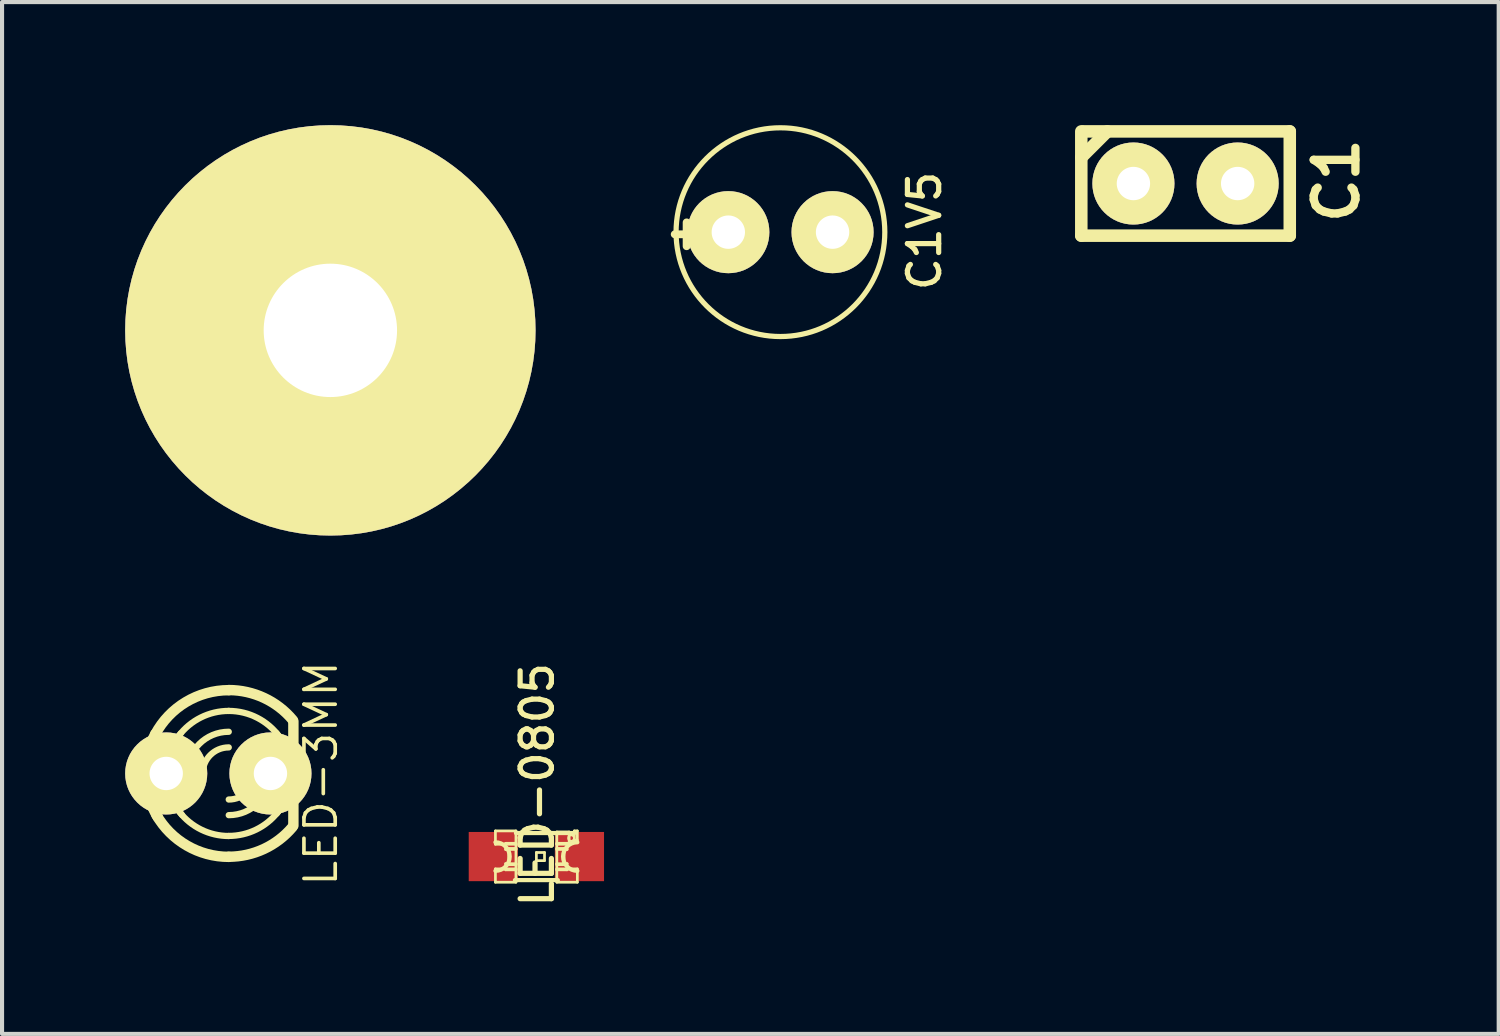
<source format=kicad_pcb>
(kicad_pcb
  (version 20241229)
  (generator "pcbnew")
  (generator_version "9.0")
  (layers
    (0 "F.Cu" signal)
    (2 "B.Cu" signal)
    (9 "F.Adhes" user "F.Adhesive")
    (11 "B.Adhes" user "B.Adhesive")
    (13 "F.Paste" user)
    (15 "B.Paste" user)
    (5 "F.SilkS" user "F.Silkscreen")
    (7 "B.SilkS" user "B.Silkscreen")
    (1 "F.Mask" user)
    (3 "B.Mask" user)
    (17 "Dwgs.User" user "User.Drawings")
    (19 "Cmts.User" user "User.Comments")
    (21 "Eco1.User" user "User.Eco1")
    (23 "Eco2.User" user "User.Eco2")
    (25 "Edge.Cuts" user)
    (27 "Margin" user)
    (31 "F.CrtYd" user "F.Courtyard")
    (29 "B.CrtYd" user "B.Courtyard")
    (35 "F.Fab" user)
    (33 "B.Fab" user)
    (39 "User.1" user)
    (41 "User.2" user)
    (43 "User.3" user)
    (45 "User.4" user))
  (footprint "LED-3MM"
    (layer "F.Cu")
    (at 2.27 15.797)
    (property "Reference" "LED-3MM" (at 2.5 0 90) (layer "F.SilkS") (effects (font (size 0.762 0.762) (thickness 0.089))))
    (attr through_hole)
    (fp_line (start 1.829 1.27) (end 1.829 -1.27) (stroke (width 0.254) (type solid)) (layer "F.SilkS"))
    (fp_arc (start -1.778 0) (mid -1.716347 -0.496745) (end -1.53513 -0.963347) (stroke (width 0.254) (type solid)) (layer "F.SilkS"))
    (fp_arc (start -1.5367 -0.95504) (mid -0.790567 -1.739997) (end 0.253025 -2.02946) (stroke (width 0.254) (type solid)) (layer "F.SilkS"))
    (fp_arc (start -1.47574 1.06426) (mid -1.700164 0.553076) (end -1.776923 0.0001) (stroke (width 0.254) (type solid)) (layer "F.SilkS"))
    (fp_arc (start -1.27 0) (mid -1.178999 -0.518738) (end -0.916864 -0.975527) (stroke (width 0.1524) (type solid)) (layer "F.SilkS"))
    (fp_arc (start -0.9652 -0.9144) (mid -0.427912 -1.362928) (end 0.253199 -1.524) (stroke (width 0.1524) (type solid)) (layer "F.SilkS"))
    (fp_arc (start -0.88392 1.01092) (mid -1.168742 0.540951) (end -1.268111 0.000469) (stroke (width 0.1524) (type solid)) (layer "F.SilkS"))
    (fp_arc (start -0.762 0) (mid -0.46442 -0.71842) (end 0.254 -1.016) (stroke (width 0.1524) (type solid)) (layer "F.SilkS"))
    (fp_arc (start -0.381 0) (mid -0.195013 -0.449013) (end 0.254 -0.635) (stroke (width 0.1524) (type solid)) (layer "F.SilkS"))
    (fp_arc (start 0.254 -2.032) (mid 1.114367 -1.840867) (end 1.81288 -1.303426) (stroke (width 0.254) (type solid)) (layer "F.SilkS"))
    (fp_arc (start 0.254 -1.524) (mid 0.950618 -1.35547) (end 1.493166 -0.887155) (stroke (width 0.1524) (type solid)) (layer "F.SilkS"))
    (fp_arc (start 0.254 1.524) (mid -0.415273 1.369179) (end -0.948564 0.936171) (stroke (width 0.1524) (type solid)) (layer "F.SilkS"))
    (fp_arc (start 0.254 2.032) (mid -0.76507 1.757988) (end -1.509299 1.009851) (stroke (width 0.254) (type solid)) (layer "F.SilkS"))
    (fp_arc (start 0.889 0) (mid 0.703013 0.449013) (end 0.254 0.635) (stroke (width 0.1524) (type solid)) (layer "F.SilkS"))
    (fp_arc (start 1.27 0) (mid 0.97242 0.71842) (end 0.254 1.016) (stroke (width 0.1524) (type solid)) (layer "F.SilkS"))
    (fp_arc (start 1.4097 -0.9906) (mid 1.681593 -0.528119) (end 1.776147 -0.000034) (stroke (width 0.1524) (type solid)) (layer "F.SilkS"))
    (fp_arc (start 1.45542 0.93472) (mid 0.922882 1.367373) (end 0.254442 1.522206) (stroke (width 0.1524) (type solid)) (layer "F.SilkS"))
    (fp_arc (start 1.778 0) (mid 1.686999 0.518738) (end 1.424864 0.975527) (stroke (width 0.1524) (type solid)) (layer "F.SilkS"))
    (fp_arc (start 1.8034 1.31064) (mid 1.109154 1.840416) (end 0.256552 2.029387) (stroke (width 0.254) (type solid)) (layer "F.SilkS"))
    (pad "1" thru_hole circle (at 1.27 0) (size 2 2) (drill 0.813) (layers "*.Cu" "*.Mask" "F.SilkS"))
    (pad "2" thru_hole circle (at -1.27 0) (size 2 2) (drill 0.813) (layers "*.Cu" "*.Mask" "F.SilkS")))
  (footprint "1pin"
    (layer "F.Cu")
    (at 5 5)
    (property "Reference" "1pin" (at 0 -3.048 0) (layer "F.SilkS") (effects (font (size 1.016 1.016) (thickness 0.254))))
    (attr through_hole)
    (fp_circle (center 0 0) (end 0 -2.286) (stroke (width 0.381) (type solid)) (fill no) (layer "F.SilkS"))
    (pad "1" thru_hole circle (at 0 0) (size 10 10) (drill 3.25) (layers "*.Cu" "*.Mask" "F.SilkS")))
  (footprint "LED-0805"
    (layer "F.Cu")
    (at 10.02 17.822)
    (property "Reference" "LED-0805" (at 0.02 -1.75 270) (layer "F.SilkS") (effects (font (size 0.762 0.762) (thickness 0.127))))
    (attr smd)
    (fp_line (start -0.998 -0.625) (end -0.998 -0.3) (stroke (width 0.066) (type solid)) (layer "F.SilkS"))
    (fp_line (start -0.998 -0.625) (end -0.498 -0.625) (stroke (width 0.066) (type solid)) (layer "F.SilkS"))
    (fp_line (start -0.998 -0.3) (end -0.498 -0.3) (stroke (width 0.066) (type solid)) (layer "F.SilkS"))
    (fp_line (start -0.998 0.3) (end -0.998 0.625) (stroke (width 0.066) (type solid)) (layer "F.SilkS"))
    (fp_line (start -0.998 0.3) (end -0.498 0.3) (stroke (width 0.066) (type solid)) (layer "F.SilkS"))
    (fp_line (start -0.998 0.625) (end -0.498 0.625) (stroke (width 0.066) (type solid)) (layer "F.SilkS"))
    (fp_line (start -0.749 -0.323) (end -0.749 -0.173) (stroke (width 0.066) (type solid)) (layer "F.SilkS"))
    (fp_line (start -0.749 -0.323) (end -0.498 -0.323) (stroke (width 0.066) (type solid)) (layer "F.SilkS"))
    (fp_line (start -0.749 -0.173) (end -0.498 -0.173) (stroke (width 0.066) (type solid)) (layer "F.SilkS"))
    (fp_line (start -0.749 0.173) (end -0.749 0.323) (stroke (width 0.066) (type solid)) (layer "F.SilkS"))
    (fp_line (start -0.749 0.173) (end -0.498 0.173) (stroke (width 0.066) (type solid)) (layer "F.SilkS"))
    (fp_line (start -0.749 0.323) (end -0.498 0.323) (stroke (width 0.066) (type solid)) (layer "F.SilkS"))
    (fp_line (start -0.673 -0.198) (end -0.673 0.198) (stroke (width 0.066) (type solid)) (layer "F.SilkS"))
    (fp_line (start -0.673 -0.198) (end -0.498 -0.198) (stroke (width 0.066) (type solid)) (layer "F.SilkS"))
    (fp_line (start -0.673 0.198) (end -0.498 0.198) (stroke (width 0.066) (type solid)) (layer "F.SilkS"))
    (fp_line (start -0.498 -0.625) (end -0.498 -0.3) (stroke (width 0.066) (type solid)) (layer "F.SilkS"))
    (fp_line (start -0.498 -0.574) (end 0.925 -0.574) (stroke (width 0.102) (type solid)) (layer "F.SilkS"))
    (fp_line (start -0.498 -0.323) (end -0.498 -0.173) (stroke (width 0.066) (type solid)) (layer "F.SilkS"))
    (fp_line (start -0.498 -0.198) (end -0.498 0.198) (stroke (width 0.066) (type solid)) (layer "F.SilkS"))
    (fp_line (start -0.498 0.173) (end -0.498 0.323) (stroke (width 0.066) (type solid)) (layer "F.SilkS"))
    (fp_line (start -0.498 0.3) (end -0.498 0.625) (stroke (width 0.066) (type solid)) (layer "F.SilkS"))
    (fp_line (start 0 -0.099) (end 0 0.099) (stroke (width 0.066) (type solid)) (layer "F.SilkS"))
    (fp_line (start 0 -0.099) (end 0.198 -0.099) (stroke (width 0.066) (type solid)) (layer "F.SilkS"))
    (fp_line (start 0 0.099) (end 0.198 0.099) (stroke (width 0.066) (type solid)) (layer "F.SilkS"))
    (fp_line (start 0.198 -0.099) (end 0.198 0.099) (stroke (width 0.066) (type solid)) (layer "F.SilkS"))
    (fp_line (start 0.498 -0.599) (end 0.498 -0.3) (stroke (width 0.066) (type solid)) (layer "F.SilkS"))
    (fp_line (start 0.498 -0.599) (end 0.798 -0.599) (stroke (width 0.066) (type solid)) (layer "F.SilkS"))
    (fp_line (start 0.498 -0.323) (end 0.498 -0.173) (stroke (width 0.066) (type solid)) (layer "F.SilkS"))
    (fp_line (start 0.498 -0.323) (end 0.749 -0.323) (stroke (width 0.066) (type solid)) (layer "F.SilkS"))
    (fp_line (start 0.498 -0.3) (end 0.798 -0.3) (stroke (width 0.066) (type solid)) (layer "F.SilkS"))
    (fp_line (start 0.498 -0.198) (end 0.498 0.198) (stroke (width 0.066) (type solid)) (layer "F.SilkS"))
    (fp_line (start 0.498 -0.198) (end 0.673 -0.198) (stroke (width 0.066) (type solid)) (layer "F.SilkS"))
    (fp_line (start 0.498 -0.173) (end 0.749 -0.173) (stroke (width 0.066) (type solid)) (layer "F.SilkS"))
    (fp_line (start 0.498 0.173) (end 0.498 0.323) (stroke (width 0.066) (type solid)) (layer "F.SilkS"))
    (fp_line (start 0.498 0.173) (end 0.749 0.173) (stroke (width 0.066) (type solid)) (layer "F.SilkS"))
    (fp_line (start 0.498 0.198) (end 0.673 0.198) (stroke (width 0.066) (type solid)) (layer "F.SilkS"))
    (fp_line (start 0.498 0.3) (end 0.498 0.625) (stroke (width 0.066) (type solid)) (layer "F.SilkS"))
    (fp_line (start 0.498 0.3) (end 0.998 0.3) (stroke (width 0.066) (type solid)) (layer "F.SilkS"))
    (fp_line (start 0.498 0.323) (end 0.749 0.323) (stroke (width 0.066) (type solid)) (layer "F.SilkS"))
    (fp_line (start 0.498 0.625) (end 0.998 0.625) (stroke (width 0.066) (type solid)) (layer "F.SilkS"))
    (fp_line (start 0.523 0.574) (end -0.523 0.574) (stroke (width 0.102) (type solid)) (layer "F.SilkS"))
    (fp_line (start 0.673 -0.198) (end 0.673 0.198) (stroke (width 0.066) (type solid)) (layer "F.SilkS"))
    (fp_line (start 0.749 -0.323) (end 0.749 -0.173) (stroke (width 0.066) (type solid)) (layer "F.SilkS"))
    (fp_line (start 0.749 0.173) (end 0.749 0.323) (stroke (width 0.066) (type solid)) (layer "F.SilkS"))
    (fp_line (start 0.798 -0.599) (end 0.798 -0.3) (stroke (width 0.066) (type solid)) (layer "F.SilkS"))
    (fp_line (start 0.925 -0.625) (end 0.925 -0.399) (stroke (width 0.066) (type solid)) (layer "F.SilkS"))
    (fp_line (start 0.925 -0.625) (end 0.998 -0.625) (stroke (width 0.066) (type solid)) (layer "F.SilkS"))
    (fp_line (start 0.925 -0.399) (end 0.998 -0.399) (stroke (width 0.066) (type solid)) (layer "F.SilkS"))
    (fp_line (start 0.998 -0.625) (end 0.998 -0.399) (stroke (width 0.066) (type solid)) (layer "F.SilkS"))
    (fp_line (start 0.998 0.3) (end 0.998 0.625) (stroke (width 0.066) (type solid)) (layer "F.SilkS"))
    (fp_arc (start -0.99822 -0.34798) (mid -0.65024 0) (end -0.99822 0.34798) (stroke (width 0.1016) (type solid)) (layer "F.SilkS"))
    (fp_arc (start 0.99822 0.34798) (mid 0.65024 0) (end 0.99822 -0.34798) (stroke (width 0.1016) (type solid)) (layer "F.SilkS"))
    (fp_circle (center 0.848 -0.45) (end 0.899 -0.5) (stroke (width 0.051) (type solid)) (fill no) (layer "F.SilkS"))
    (pad "1" smd rect (at -1.049 0) (size 1.199 1.199) (layers "F.Cu" "F.Mask" "F.Paste"))
    (pad "2" smd rect (at 1.049 0) (size 1.199 1.199) (layers "F.Cu" "F.Mask" "F.Paste")))
  (footprint "C1V5"
    (layer "F.Cu")
    (at 15.967 2.607)
    (property "Reference" "C1V5" (at 3.51 -0.03 90) (layer "F.SilkS") (effects (font (size 0.762 0.762) (thickness 0.127))))
    (attr through_hole)
    (fp_circle (center 0 0) (end 0.127 -2.54) (stroke (width 0.127) (type solid)) (fill no) (layer "F.SilkS"))
    (fp_text user "+" (at -2.286 0 0) (layer "F.SilkS") (effects (font (size 0.762 0.762) (thickness 0.203))))
    (pad "1" thru_hole circle (at -1.27 0) (size 2 2) (drill 0.813) (layers "*.Cu" "*.Mask" "F.SilkS"))
    (pad "2" thru_hole circle (at 1.27 0) (size 2 2) (drill 0.813) (layers "*.Cu" "*.Mask" "F.SilkS")))
  (footprint "C1"
    (layer "F.Cu")
    (at 25.838 1.422)
    (property "Reference" "C1" (at 3.68 -0.07 90) (layer "F.SilkS") (effects (font (size 1.016 1.016) (thickness 0.203))))
    (attr through_hole)
    (fp_line (start -2.54 -0.635) (end -1.905 -1.27) (stroke (width 0.305) (type solid)) (layer "F.SilkS"))
    (fp_line (start -2.54 1.27) (end -2.54 -1.27) (stroke (width 0.305) (type solid)) (layer "F.SilkS"))
    (fp_line (start -2.489 -1.27) (end 2.54 -1.27) (stroke (width 0.305) (type solid)) (layer "F.SilkS"))
    (fp_line (start 2.54 -1.27) (end 2.54 1.27) (stroke (width 0.305) (type solid)) (layer "F.SilkS"))
    (fp_line (start 2.54 1.27) (end -2.54 1.27) (stroke (width 0.305) (type solid)) (layer "F.SilkS"))
    (pad "1" thru_hole circle (at -1.27 0) (size 2 2) (drill 0.813) (layers "*.Cu" "*.Mask" "F.SilkS"))
    (pad "2" thru_hole circle (at 1.27 0) (size 2 2) (drill 0.813) (layers "*.Cu" "*.Mask" "F.SilkS")))
  (gr_rect
    (start -3 -3)
    (end 33.469 22.143)
    (stroke (width 0.1) (type default))
    (fill no)
    (layer "Edge.Cuts")))
</source>
